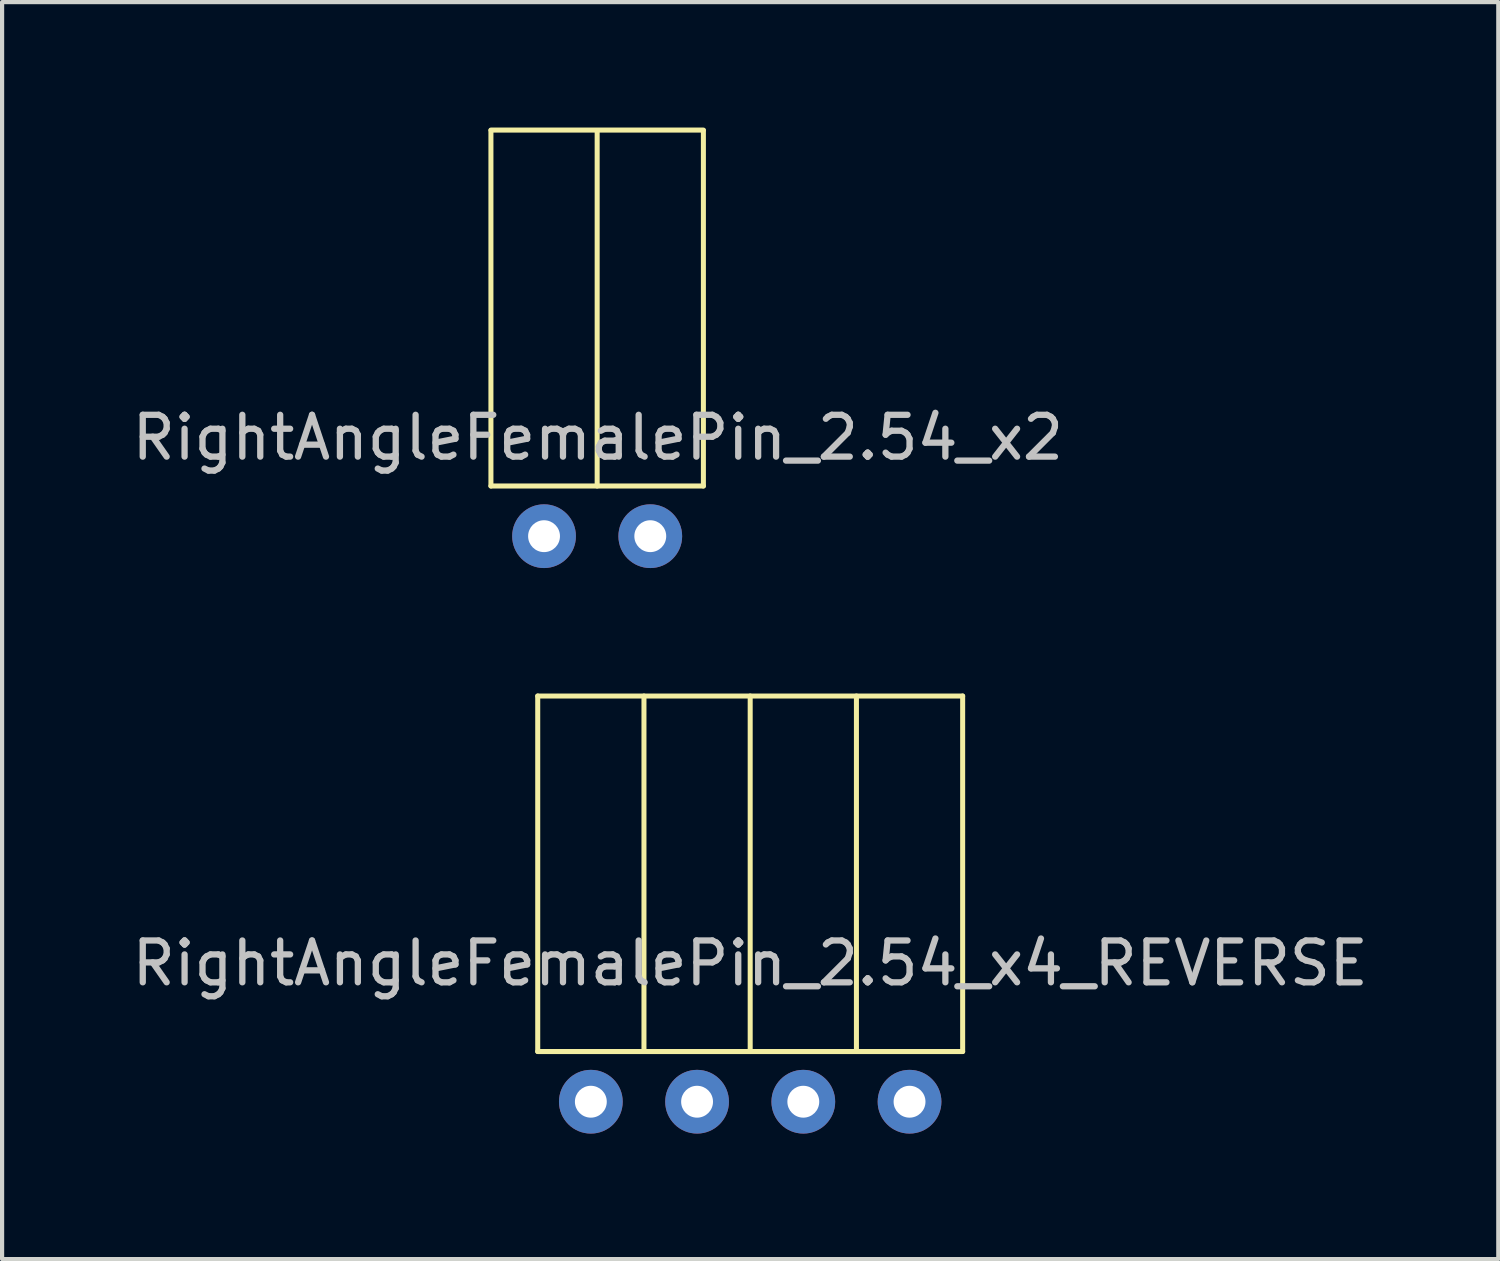
<source format=kicad_pcb>
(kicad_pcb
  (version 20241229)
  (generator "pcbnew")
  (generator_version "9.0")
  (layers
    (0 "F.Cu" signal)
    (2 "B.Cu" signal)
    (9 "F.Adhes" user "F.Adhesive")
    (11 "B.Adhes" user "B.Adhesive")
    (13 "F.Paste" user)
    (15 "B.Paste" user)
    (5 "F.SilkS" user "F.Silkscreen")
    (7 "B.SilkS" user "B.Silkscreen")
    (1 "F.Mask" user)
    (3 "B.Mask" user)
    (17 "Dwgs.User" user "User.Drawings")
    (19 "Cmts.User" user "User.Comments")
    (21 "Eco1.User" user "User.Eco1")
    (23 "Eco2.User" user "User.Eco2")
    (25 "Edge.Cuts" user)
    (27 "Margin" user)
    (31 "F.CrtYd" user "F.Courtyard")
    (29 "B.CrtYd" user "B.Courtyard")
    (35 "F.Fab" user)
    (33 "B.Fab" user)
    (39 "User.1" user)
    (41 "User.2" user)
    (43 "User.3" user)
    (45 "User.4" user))
  (footprint "RightAngleFemalePin_2.54_x4_REVERSE"
    (layer "F.Cu")
    (at 14.887 23.292)
    (property "Reference" "RightAngleFemalePin_2.54_x4_REVERSE" (at 0 -3.31 0) (layer "Dwgs.User") (effects (font (size 1 1) (thickness 0.15))))
    (attr through_hole)
    (fp_line (start -5.08 -9.7) (end 5.08 -9.7) (stroke (width 0.12) (type solid)) (layer "F.SilkS"))
    (fp_line (start -5.08 -1.2) (end -5.08 -9.7) (stroke (width 0.12) (type solid)) (layer "F.SilkS"))
    (fp_line (start -5.08 -1.2) (end 5.08 -1.2) (stroke (width 0.12) (type solid)) (layer "F.SilkS"))
    (fp_line (start -2.54 -1.2) (end -2.54 -9.7) (stroke (width 0.12) (type solid)) (layer "F.SilkS"))
    (fp_line (start 0 -1.2) (end 0 -9.7) (stroke (width 0.12) (type solid)) (layer "F.SilkS"))
    (fp_line (start 2.54 -1.2) (end 2.54 -9.7) (stroke (width 0.12) (type solid)) (layer "F.SilkS"))
    (fp_line (start 5.08 -9.7) (end 5.08 -1.2) (stroke (width 0.12) (type solid)) (layer "F.SilkS"))
    (pad "1" thru_hole circle (at 3.81 0) (size 1.524 1.524) (drill 0.762) (layers "*.Cu" "*.Mask"))
    (pad "2" thru_hole circle (at 1.27 0) (size 1.524 1.524) (drill 0.762) (layers "*.Cu" "*.Mask"))
    (pad "3" thru_hole circle (at -1.27 0) (size 1.524 1.524) (drill 0.762) (layers "*.Cu" "*.Mask"))
    (pad "4" thru_hole circle (at -3.81 0) (size 1.524 1.524) (drill 0.762) (layers "*.Cu" "*.Mask")))
  (footprint "RightAngleFemalePin_2.54_x2"
    (layer "F.Cu")
    (at 11.244 8.48)
    (property "Reference" "RightAngleFemalePin_2.54_x2" (at 0 -1.067 0) (layer "Dwgs.User") (effects (font (size 1 1) (thickness 0.15))))
    (attr through_hole)
    (fp_line (start -2.556 -8.42) (end 2.524 -8.42) (stroke (width 0.12) (type solid)) (layer "F.SilkS"))
    (fp_line (start -2.556 0.09) (end -2.556 -8.41) (stroke (width 0.12) (type solid)) (layer "F.SilkS"))
    (fp_line (start -2.556 0.09) (end 2.524 0.09) (stroke (width 0.12) (type solid)) (layer "F.SilkS"))
    (fp_line (start -0.016 0.09) (end -0.016 -8.41) (stroke (width 0.12) (type solid)) (layer "F.SilkS"))
    (fp_line (start 2.524 0.09) (end 2.524 -8.41) (stroke (width 0.12) (type solid)) (layer "F.SilkS"))
    (pad "1" thru_hole circle (at -1.286 1.29) (size 1.524 1.524) (drill 0.762) (layers "*.Cu" "*.Mask"))
    (pad "2" thru_hole circle (at 1.254 1.29) (size 1.524 1.524) (drill 0.762) (layers "*.Cu" "*.Mask")))
  (gr_rect
    (start -3 -3)
    (end 32.774 27.054)
    (stroke (width 0.1) (type default))
    (fill no)
    (layer "Edge.Cuts")))
</source>
